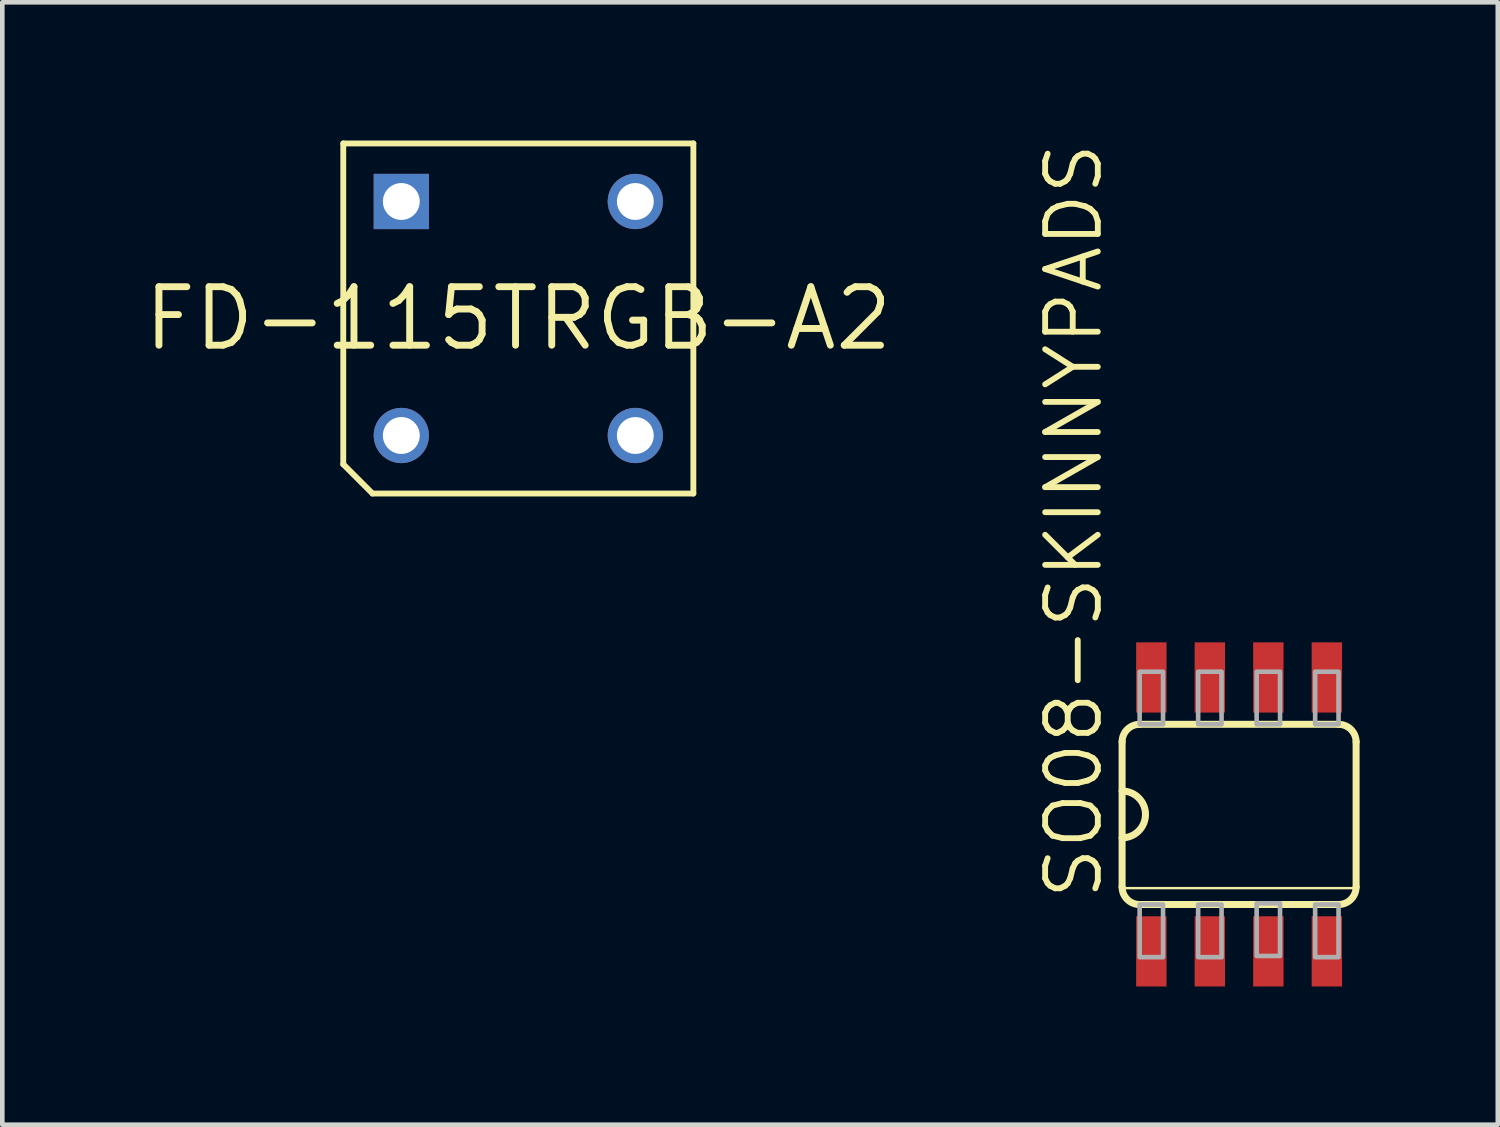
<source format=kicad_pcb>
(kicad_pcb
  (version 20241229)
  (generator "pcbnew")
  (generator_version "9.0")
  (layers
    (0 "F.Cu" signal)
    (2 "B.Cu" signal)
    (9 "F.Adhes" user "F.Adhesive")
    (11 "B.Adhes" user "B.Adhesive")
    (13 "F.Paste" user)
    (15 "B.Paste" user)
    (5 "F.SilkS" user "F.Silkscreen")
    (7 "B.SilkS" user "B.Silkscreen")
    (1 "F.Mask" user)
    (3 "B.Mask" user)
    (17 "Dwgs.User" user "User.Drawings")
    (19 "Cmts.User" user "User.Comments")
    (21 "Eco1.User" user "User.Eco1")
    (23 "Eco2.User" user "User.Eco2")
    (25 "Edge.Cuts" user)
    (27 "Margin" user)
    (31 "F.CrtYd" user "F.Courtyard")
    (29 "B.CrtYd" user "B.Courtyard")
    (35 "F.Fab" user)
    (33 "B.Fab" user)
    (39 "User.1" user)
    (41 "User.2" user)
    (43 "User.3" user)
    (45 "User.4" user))
  (footprint "SO08-SKINNYPADS"
    (layer "F.Cu")
    (at 23.849 14.63)
    (property "Reference" "SO08-SKINNYPADS" (at -2.921 1.905 90) (layer "F.SilkS") (effects (font (size 1.143 1.143) (thickness 0.127)) (justify left bottom)))
    (fp_line (start -2.54 -1.575) (end -2.54 1.575) (stroke (width 0.152) (type solid)) (layer "F.SilkS"))
    (fp_line (start -2.54 1.6) (end 2.54 1.6) (stroke (width 0.051) (type solid)) (layer "F.SilkS"))
    (fp_line (start -2.159 1.956) (end 2.159 1.956) (stroke (width 0.152) (type solid)) (layer "F.SilkS"))
    (fp_line (start 2.159 -1.956) (end -2.159 -1.956) (stroke (width 0.152) (type solid)) (layer "F.SilkS"))
    (fp_line (start 2.54 1.575) (end 2.54 -1.575) (stroke (width 0.152) (type solid)) (layer "F.SilkS"))
    (fp_arc (start -2.54 -1.5748) (mid -2.428408 -1.844208) (end -2.159 -1.9558) (stroke (width 0.1524) (type solid)) (layer "F.SilkS"))
    (fp_arc (start -2.54 -0.508) (mid -2.032 0) (end -2.54 0.508) (stroke (width 0.1524) (type solid)) (layer "F.SilkS"))
    (fp_arc (start -2.159 1.9558) (mid -2.428408 1.844208) (end -2.54 1.5748) (stroke (width 0.1524) (type solid)) (layer "F.SilkS"))
    (fp_arc (start 2.159 -1.9558) (mid 2.428408 -1.844208) (end 2.54 -1.5748) (stroke (width 0.1524) (type solid)) (layer "F.SilkS"))
    (fp_arc (start 2.54 1.5748) (mid 2.428408 1.844208) (end 2.159 1.9558) (stroke (width 0.1524) (type solid)) (layer "F.SilkS"))
    (fp_poly (pts (xy -2.159 -1.956) (xy -1.651 -1.956) (xy -1.651 -3.099) (xy -2.159 -3.099)) (stroke (width 0.1) (type default)) (fill no) (layer "F.Fab"))
    (fp_poly (pts (xy -2.159 3.099) (xy -1.651 3.099) (xy -1.651 1.956) (xy -2.159 1.956)) (stroke (width 0.1) (type default)) (fill no) (layer "F.Fab"))
    (fp_poly (pts (xy -0.889 -1.956) (xy -0.381 -1.956) (xy -0.381 -3.099) (xy -0.889 -3.099)) (stroke (width 0.1) (type default)) (fill no) (layer "F.Fab"))
    (fp_poly (pts (xy -0.889 3.099) (xy -0.381 3.099) (xy -0.381 1.956) (xy -0.889 1.956)) (stroke (width 0.1) (type default)) (fill no) (layer "F.Fab"))
    (fp_poly (pts (xy 0.381 -1.956) (xy 0.889 -1.956) (xy 0.889 -3.099) (xy 0.381 -3.099)) (stroke (width 0.1) (type default)) (fill no) (layer "F.Fab"))
    (fp_poly (pts (xy 0.381 3.073) (xy 0.889 3.073) (xy 0.889 1.93) (xy 0.381 1.93)) (stroke (width 0.1) (type default)) (fill no) (layer "F.Fab"))
    (fp_poly (pts (xy 1.651 -1.956) (xy 2.159 -1.956) (xy 2.159 -3.099) (xy 1.651 -3.099)) (stroke (width 0.1) (type default)) (fill no) (layer "F.Fab"))
    (fp_poly (pts (xy 1.651 3.099) (xy 2.159 3.099) (xy 2.159 1.956) (xy 1.651 1.956)) (stroke (width 0.1) (type default)) (fill no) (layer "F.Fab"))
    (pad "1" smd rect (at -1.905 2.973) (size 0.66 1.524) (layers "F.Cu" "F.Mask" "F.Paste"))
    (pad "2" smd rect (at -0.635 2.973) (size 0.66 1.524) (layers "F.Cu" "F.Mask" "F.Paste"))
    (pad "3" smd rect (at 0.635 2.973) (size 0.66 1.524) (layers "F.Cu" "F.Mask" "F.Paste"))
    (pad "4" smd rect (at 1.905 2.973) (size 0.66 1.524) (layers "F.Cu" "F.Mask" "F.Paste"))
    (pad "5" smd rect (at 1.905 -2.973) (size 0.66 1.524) (layers "F.Cu" "F.Mask" "F.Paste"))
    (pad "6" smd rect (at 0.635 -2.973) (size 0.66 1.524) (layers "F.Cu" "F.Mask" "F.Paste"))
    (pad "7" smd rect (at -0.635 -2.973) (size 0.66 1.524) (layers "F.Cu" "F.Mask" "F.Paste"))
    (pad "8" smd rect (at -1.905 -2.973) (size 0.66 1.524) (layers "F.Cu" "F.Mask" "F.Paste")))
  (footprint "FD-115TRGB-A2"
    (layer "F.Cu")
    (at 8.202 3.864)
    (property "Reference" "FD-115TRGB-A2" (at 0 0 0) (layer "F.SilkS") (effects (font (size 1.27 1.27) (thickness 0.15))))
    (fp_line (start -3.8 -3.8) (end 3.8 -3.8) (stroke (width 0.127) (type solid)) (layer "F.SilkS"))
    (fp_line (start -3.8 3.165) (end -3.8 -3.8) (stroke (width 0.127) (type solid)) (layer "F.SilkS"))
    (fp_line (start -3.165 3.8) (end -3.8 3.165) (stroke (width 0.127) (type solid)) (layer "F.SilkS"))
    (fp_line (start 3.8 -3.8) (end 3.8 3.8) (stroke (width 0.127) (type solid)) (layer "F.SilkS"))
    (fp_line (start 3.8 3.8) (end -3.165 3.8) (stroke (width 0.127) (type solid)) (layer "F.SilkS"))
    (pad "P$1" thru_hole rect (at -2.54 -2.54) (size 1.2 1.2) (drill 0.8) (layers "*.Cu" "*.Mask"))
    (pad "P$2" thru_hole circle (at 2.54 -2.54) (size 1.2 1.2) (drill 0.8) (layers "*.Cu" "*.Mask"))
    (pad "P$3" thru_hole circle (at 2.54 2.54) (size 1.2 1.2) (drill 0.8) (layers "*.Cu" "*.Mask"))
    (pad "P$4" thru_hole circle (at -2.54 2.54) (size 1.2 1.2) (drill 0.8) (layers "*.Cu" "*.Mask")))
  (gr_rect
    (start -3 -3)
    (end 29.465 21.366)
    (stroke (width 0.1) (type default))
    (fill no)
    (layer "Edge.Cuts")))
</source>
